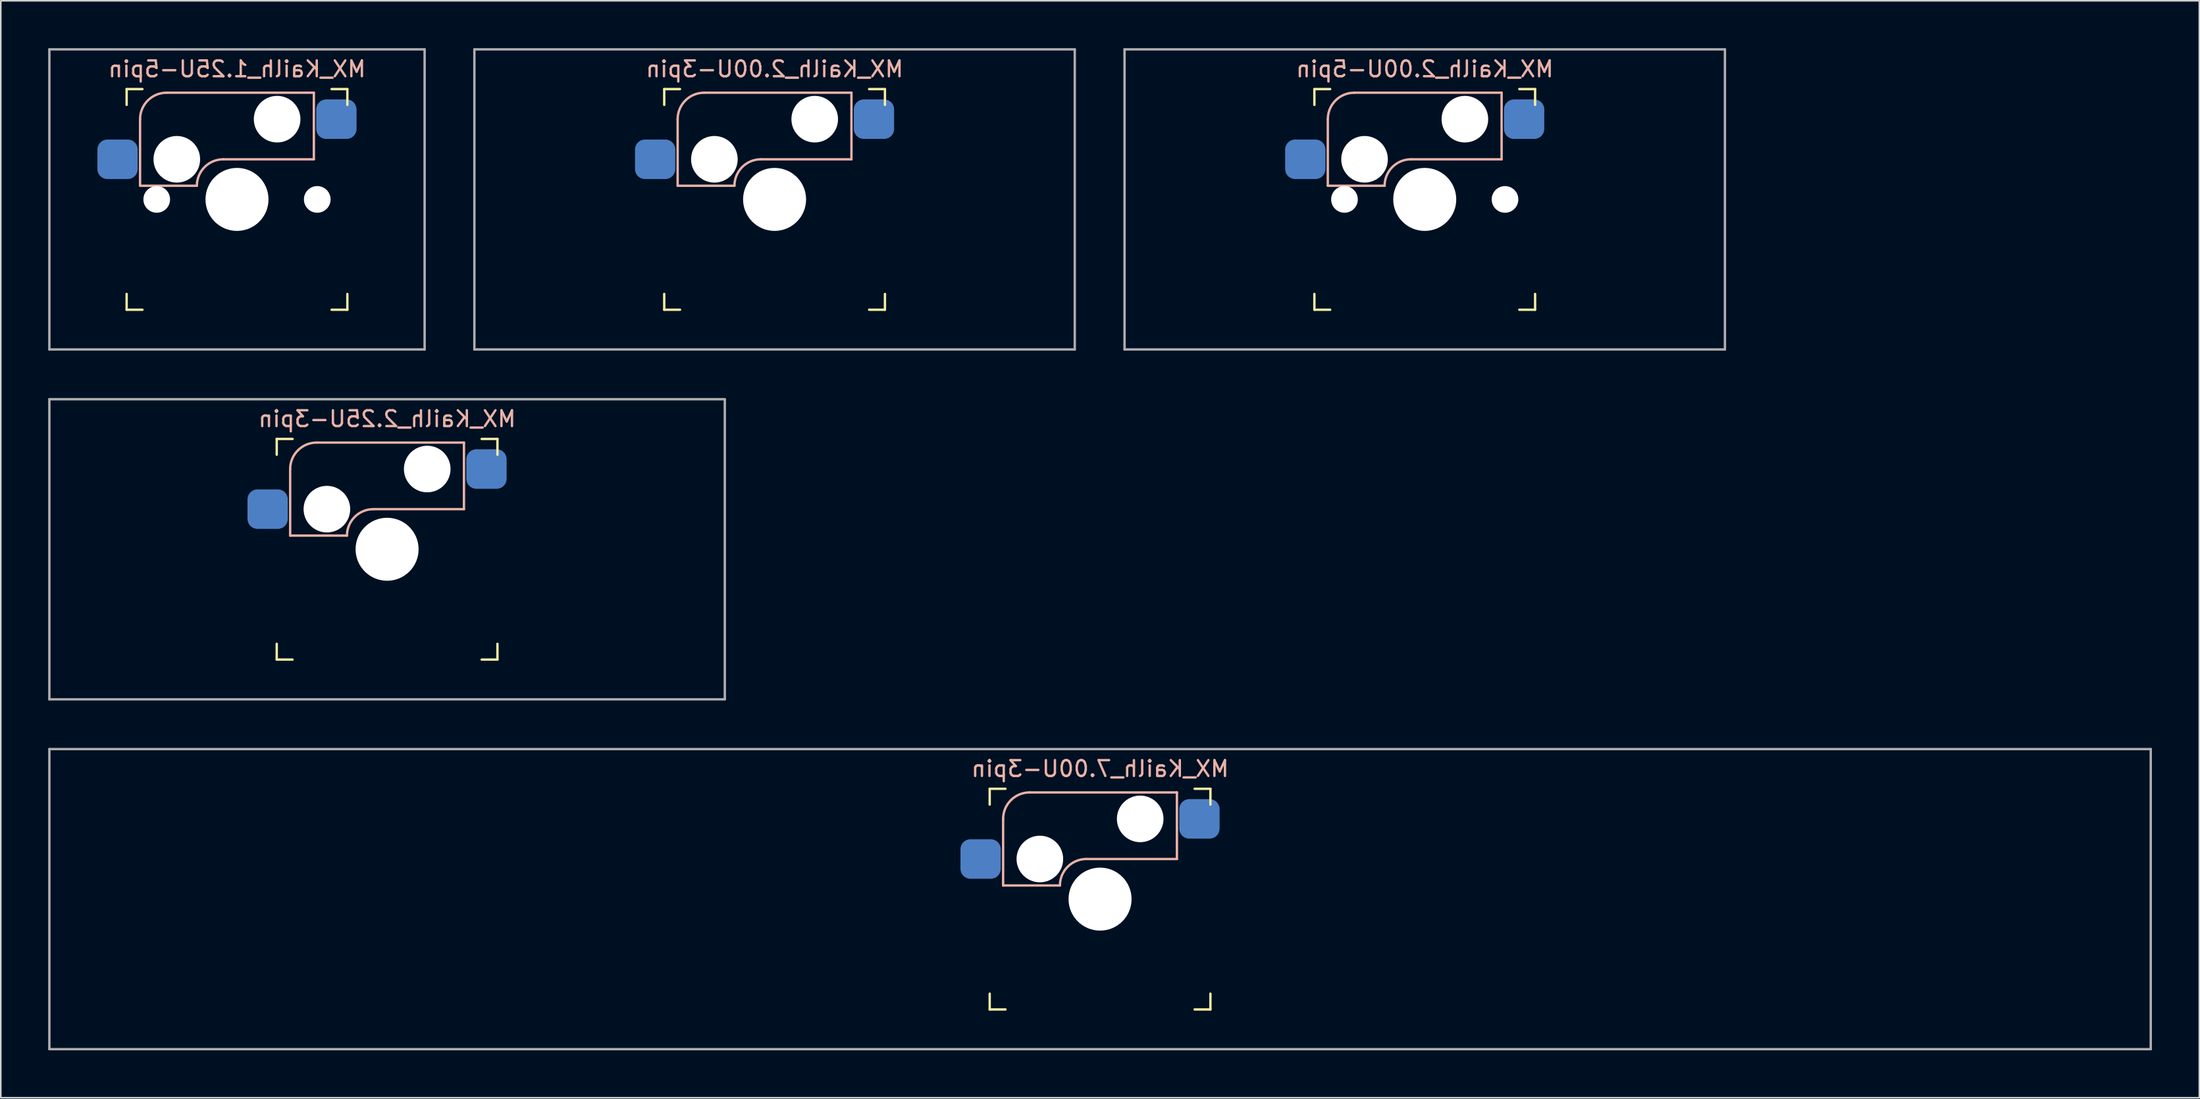
<source format=kicad_pcb>
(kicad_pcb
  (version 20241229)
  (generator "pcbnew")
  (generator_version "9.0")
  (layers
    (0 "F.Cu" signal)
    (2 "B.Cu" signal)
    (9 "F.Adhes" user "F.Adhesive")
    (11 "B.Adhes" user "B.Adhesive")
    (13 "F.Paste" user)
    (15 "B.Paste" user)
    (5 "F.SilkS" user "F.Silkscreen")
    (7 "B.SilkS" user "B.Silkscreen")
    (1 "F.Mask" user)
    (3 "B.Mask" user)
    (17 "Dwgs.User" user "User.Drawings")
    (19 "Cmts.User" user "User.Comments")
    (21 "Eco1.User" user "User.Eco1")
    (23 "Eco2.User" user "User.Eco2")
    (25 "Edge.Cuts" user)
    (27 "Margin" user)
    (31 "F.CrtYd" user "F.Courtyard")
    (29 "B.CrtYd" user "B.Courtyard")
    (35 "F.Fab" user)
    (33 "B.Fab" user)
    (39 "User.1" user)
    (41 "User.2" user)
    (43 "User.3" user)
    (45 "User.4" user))
  (footprint "MX_Kailh_2.00U-3pin"
    (layer "F.Cu")
    (at 45.975 9.575)
    (property "Reference" "MX_Kailh_2.00U-3pin" (at 0 -8.255 0) (layer "B.SilkS") (effects (font (size 1 1) (thickness 0.15)) (justify mirror)))
    (attr smd)
    (fp_line (start -6.985 -5.985) (end -6.985 -6.985) (stroke (width 0.15) (type solid)) (layer "F.SilkS"))
    (fp_line (start -6.985 6.985) (end -6.985 5.985) (stroke (width 0.15) (type solid)) (layer "F.SilkS"))
    (fp_line (start -6.985 6.985) (end -5.985 6.985) (stroke (width 0.15) (type solid)) (layer "F.SilkS"))
    (fp_line (start -5.985 -6.985) (end -6.985 -6.985) (stroke (width 0.15) (type solid)) (layer "F.SilkS"))
    (fp_line (start 5.985 6.985) (end 6.985 6.985) (stroke (width 0.15) (type solid)) (layer "F.SilkS"))
    (fp_line (start 6.985 -6.985) (end 5.985 -6.985) (stroke (width 0.15) (type solid)) (layer "F.SilkS"))
    (fp_line (start 6.985 -6.985) (end 6.985 -5.985) (stroke (width 0.15) (type solid)) (layer "F.SilkS"))
    (fp_line (start 6.985 5.985) (end 6.985 6.985) (stroke (width 0.15) (type solid)) (layer "F.SilkS"))
    (fp_line (start -6.135 -5.08) (end -6.135 -0.865) (stroke (width 0.15) (type solid)) (layer "B.SilkS"))
    (fp_line (start -6.135 -0.865) (end -2.54 -0.865) (stroke (width 0.15) (type solid)) (layer "B.SilkS"))
    (fp_line (start -4.46 -6.755) (end 4.865 -6.755) (stroke (width 0.15) (type solid)) (layer "B.SilkS"))
    (fp_line (start -0.865 -2.54) (end 4.865 -2.54) (stroke (width 0.15) (type solid)) (layer "B.SilkS"))
    (fp_line (start 4.865 -6.755) (end 4.865 -2.54) (stroke (width 0.15) (type solid)) (layer "B.SilkS"))
    (fp_arc (start -6.135 -5.08) (mid -5.644404 -6.264404) (end -4.46 -6.755) (stroke (width 0.15) (type solid)) (layer "B.SilkS"))
    (fp_arc (start -2.54 -0.865) (mid -2.049404 -2.049404) (end -0.865 -2.54) (stroke (width 0.15) (type solid)) (layer "B.SilkS"))
    (fp_line (start -6.985 6.985) (end -6.985 -6.985) (stroke (width 0.15) (type solid)) (layer "Eco2.User"))
    (fp_line (start -6.985 6.985) (end 6.985 6.985) (stroke (width 0.15) (type solid)) (layer "Eco2.User"))
    (fp_line (start 6.985 -6.985) (end -6.985 -6.985) (stroke (width 0.15) (type solid)) (layer "Eco2.User"))
    (fp_line (start 6.985 -6.985) (end 6.985 6.985) (stroke (width 0.15) (type solid)) (layer "Eco2.User"))
    (fp_line (start -19 -9.5) (end 19 -9.5) (stroke (width 0.15) (type solid)) (layer "F.Fab"))
    (fp_line (start -19 9.5) (end -19 -9.5) (stroke (width 0.15) (type solid)) (layer "F.Fab"))
    (fp_line (start 19 -9.5) (end 19 9.5) (stroke (width 0.15) (type solid)) (layer "F.Fab"))
    (fp_line (start 19 9.5) (end -19 9.5) (stroke (width 0.15) (type solid)) (layer "F.Fab"))
    (pad "" np_thru_hole circle (at -3.81 -2.54) (size 2.95 2.95) (drill 2.95) (layers "*.Cu" "*.Mask"))
    (pad "" np_thru_hole circle (at 0 0) (size 3.988 3.988) (drill 3.988) (layers "*.Cu" "*.Mask"))
    (pad "" np_thru_hole circle (at 2.54 -5.08) (size 2.95 2.95) (drill 2.95) (layers "*.Cu" "*.Mask"))
    (pad "1" smd roundrect (at 6.29 -5.08) (size 2.55 2.5) (layers "B.Cu" "B.Mask" "B.Paste") (roundrect_rratio 0.25))
    (pad "2" smd roundrect (at -7.56 -2.54) (size 2.55 2.5) (layers "B.Cu" "B.Mask" "B.Paste") (roundrect_rratio 0.25)))
  (footprint "MX_Kailh_2.25U-3pin"
    (layer "F.Cu")
    (at 21.45 31.725)
    (property "Reference" "MX_Kailh_2.25U-3pin" (at 0 -8.255 0) (layer "B.SilkS") (effects (font (size 1 1) (thickness 0.15)) (justify mirror)))
    (attr smd)
    (fp_line (start -6.985 -5.985) (end -6.985 -6.985) (stroke (width 0.15) (type solid)) (layer "F.SilkS"))
    (fp_line (start -6.985 6.985) (end -6.985 5.985) (stroke (width 0.15) (type solid)) (layer "F.SilkS"))
    (fp_line (start -6.985 6.985) (end -5.985 6.985) (stroke (width 0.15) (type solid)) (layer "F.SilkS"))
    (fp_line (start -5.985 -6.985) (end -6.985 -6.985) (stroke (width 0.15) (type solid)) (layer "F.SilkS"))
    (fp_line (start 5.985 6.985) (end 6.985 6.985) (stroke (width 0.15) (type solid)) (layer "F.SilkS"))
    (fp_line (start 6.985 -6.985) (end 5.985 -6.985) (stroke (width 0.15) (type solid)) (layer "F.SilkS"))
    (fp_line (start 6.985 -6.985) (end 6.985 -5.985) (stroke (width 0.15) (type solid)) (layer "F.SilkS"))
    (fp_line (start 6.985 5.985) (end 6.985 6.985) (stroke (width 0.15) (type solid)) (layer "F.SilkS"))
    (fp_line (start -6.135 -5.08) (end -6.135 -0.865) (stroke (width 0.15) (type solid)) (layer "B.SilkS"))
    (fp_line (start -6.135 -0.865) (end -2.54 -0.865) (stroke (width 0.15) (type solid)) (layer "B.SilkS"))
    (fp_line (start -4.46 -6.755) (end 4.865 -6.755) (stroke (width 0.15) (type solid)) (layer "B.SilkS"))
    (fp_line (start -0.865 -2.54) (end 4.865 -2.54) (stroke (width 0.15) (type solid)) (layer "B.SilkS"))
    (fp_line (start 4.865 -6.755) (end 4.865 -2.54) (stroke (width 0.15) (type solid)) (layer "B.SilkS"))
    (fp_arc (start -6.135 -5.08) (mid -5.644404 -6.264404) (end -4.46 -6.755) (stroke (width 0.15) (type solid)) (layer "B.SilkS"))
    (fp_arc (start -2.54 -0.865) (mid -2.049404 -2.049404) (end -0.865 -2.54) (stroke (width 0.15) (type solid)) (layer "B.SilkS"))
    (fp_line (start -6.985 6.985) (end -6.985 -6.985) (stroke (width 0.15) (type solid)) (layer "Eco2.User"))
    (fp_line (start -6.985 6.985) (end 6.985 6.985) (stroke (width 0.15) (type solid)) (layer "Eco2.User"))
    (fp_line (start 6.985 -6.985) (end -6.985 -6.985) (stroke (width 0.15) (type solid)) (layer "Eco2.User"))
    (fp_line (start 6.985 -6.985) (end 6.985 6.985) (stroke (width 0.15) (type solid)) (layer "Eco2.User"))
    (fp_line (start -21.375 -9.5) (end 21.375 -9.5) (stroke (width 0.15) (type solid)) (layer "F.Fab"))
    (fp_line (start -21.375 9.5) (end -21.375 -9.5) (stroke (width 0.15) (type solid)) (layer "F.Fab"))
    (fp_line (start 21.375 -9.5) (end 21.375 9.5) (stroke (width 0.15) (type solid)) (layer "F.Fab"))
    (fp_line (start 21.375 9.5) (end -21.375 9.5) (stroke (width 0.15) (type solid)) (layer "F.Fab"))
    (pad "" np_thru_hole circle (at -3.81 -2.54) (size 2.95 2.95) (drill 2.95) (layers "*.Cu" "*.Mask"))
    (pad "" np_thru_hole circle (at 0 0) (size 3.988 3.988) (drill 3.988) (layers "*.Cu" "*.Mask"))
    (pad "" np_thru_hole circle (at 2.54 -5.08) (size 2.95 2.95) (drill 2.95) (layers "*.Cu" "*.Mask"))
    (pad "1" smd roundrect (at 6.29 -5.08) (size 2.55 2.5) (layers "B.Cu" "B.Mask" "B.Paste") (roundrect_rratio 0.25))
    (pad "2" smd roundrect (at -7.56 -2.54) (size 2.55 2.5) (layers "B.Cu" "B.Mask" "B.Paste") (roundrect_rratio 0.25)))
  (footprint "MX_Kailh_1.25U-5pin"
    (layer "F.Cu")
    (at 11.95 9.575)
    (property "Reference" "MX_Kailh_1.25U-5pin" (at 0 -8.255 0) (layer "B.SilkS") (effects (font (size 1 1) (thickness 0.15)) (justify mirror)))
    (attr smd)
    (fp_line (start -6.985 -5.985) (end -6.985 -6.985) (stroke (width 0.15) (type solid)) (layer "F.SilkS"))
    (fp_line (start -6.985 6.985) (end -6.985 5.985) (stroke (width 0.15) (type solid)) (layer "F.SilkS"))
    (fp_line (start -6.985 6.985) (end -5.985 6.985) (stroke (width 0.15) (type solid)) (layer "F.SilkS"))
    (fp_line (start -5.985 -6.985) (end -6.985 -6.985) (stroke (width 0.15) (type solid)) (layer "F.SilkS"))
    (fp_line (start 5.985 6.985) (end 6.985 6.985) (stroke (width 0.15) (type solid)) (layer "F.SilkS"))
    (fp_line (start 6.985 -6.985) (end 5.985 -6.985) (stroke (width 0.15) (type solid)) (layer "F.SilkS"))
    (fp_line (start 6.985 -6.985) (end 6.985 -5.985) (stroke (width 0.15) (type solid)) (layer "F.SilkS"))
    (fp_line (start 6.985 5.985) (end 6.985 6.985) (stroke (width 0.15) (type solid)) (layer "F.SilkS"))
    (fp_line (start -6.135 -5.08) (end -6.135 -0.865) (stroke (width 0.15) (type solid)) (layer "B.SilkS"))
    (fp_line (start -6.135 -0.865) (end -2.54 -0.865) (stroke (width 0.15) (type solid)) (layer "B.SilkS"))
    (fp_line (start -4.46 -6.755) (end 4.865 -6.755) (stroke (width 0.15) (type solid)) (layer "B.SilkS"))
    (fp_line (start -0.865 -2.54) (end 4.865 -2.54) (stroke (width 0.15) (type solid)) (layer "B.SilkS"))
    (fp_line (start 4.865 -6.755) (end 4.865 -2.54) (stroke (width 0.15) (type solid)) (layer "B.SilkS"))
    (fp_arc (start -6.135 -5.08) (mid -5.644404 -6.264404) (end -4.46 -6.755) (stroke (width 0.15) (type solid)) (layer "B.SilkS"))
    (fp_arc (start -2.54 -0.865) (mid -2.049404 -2.049404) (end -0.865 -2.54) (stroke (width 0.15) (type solid)) (layer "B.SilkS"))
    (fp_line (start -6.985 6.985) (end -6.985 -6.985) (stroke (width 0.15) (type solid)) (layer "Eco2.User"))
    (fp_line (start -6.985 6.985) (end 6.985 6.985) (stroke (width 0.15) (type solid)) (layer "Eco2.User"))
    (fp_line (start 6.985 -6.985) (end -6.985 -6.985) (stroke (width 0.15) (type solid)) (layer "Eco2.User"))
    (fp_line (start 6.985 -6.985) (end 6.985 6.985) (stroke (width 0.15) (type solid)) (layer "Eco2.User"))
    (fp_line (start -11.875 -9.5) (end 11.875 -9.5) (stroke (width 0.15) (type solid)) (layer "F.Fab"))
    (fp_line (start -11.875 9.5) (end -11.875 -9.5) (stroke (width 0.15) (type solid)) (layer "F.Fab"))
    (fp_line (start 11.875 -9.5) (end 11.875 9.5) (stroke (width 0.15) (type solid)) (layer "F.Fab"))
    (fp_line (start 11.875 9.5) (end -11.875 9.5) (stroke (width 0.15) (type solid)) (layer "F.Fab"))
    (pad "" np_thru_hole circle (at -5.08 0) (size 1.688 1.688) (drill 1.688) (layers "*.Cu" "*.Mask"))
    (pad "" np_thru_hole circle (at -3.81 -2.54) (size 2.95 2.95) (drill 2.95) (layers "*.Cu" "*.Mask"))
    (pad "" np_thru_hole circle (at 0 0) (size 3.988 3.988) (drill 3.988) (layers "*.Cu" "*.Mask"))
    (pad "" np_thru_hole circle (at 2.54 -5.08) (size 2.95 2.95) (drill 2.95) (layers "*.Cu" "*.Mask"))
    (pad "" np_thru_hole circle (at 5.08 0) (size 1.688 1.688) (drill 1.688) (layers "*.Cu" "*.Mask"))
    (pad "1" smd roundrect (at 6.29 -5.08) (size 2.55 2.5) (layers "B.Cu" "B.Mask" "B.Paste") (roundrect_rratio 0.25))
    (pad "2" smd roundrect (at -7.56 -2.54) (size 2.55 2.5) (layers "B.Cu" "B.Mask" "B.Paste") (roundrect_rratio 0.25)))
  (footprint "MX_Kailh_7.00U-3pin"
    (layer "F.Cu")
    (at 66.575 53.875)
    (property "Reference" "MX_Kailh_7.00U-3pin" (at 0 -8.255 0) (layer "B.SilkS") (effects (font (size 1 1) (thickness 0.15)) (justify mirror)))
    (attr smd)
    (fp_line (start -6.985 -5.985) (end -6.985 -6.985) (stroke (width 0.15) (type solid)) (layer "F.SilkS"))
    (fp_line (start -6.985 6.985) (end -6.985 5.985) (stroke (width 0.15) (type solid)) (layer "F.SilkS"))
    (fp_line (start -6.985 6.985) (end -5.985 6.985) (stroke (width 0.15) (type solid)) (layer "F.SilkS"))
    (fp_line (start -5.985 -6.985) (end -6.985 -6.985) (stroke (width 0.15) (type solid)) (layer "F.SilkS"))
    (fp_line (start 5.985 6.985) (end 6.985 6.985) (stroke (width 0.15) (type solid)) (layer "F.SilkS"))
    (fp_line (start 6.985 -6.985) (end 5.985 -6.985) (stroke (width 0.15) (type solid)) (layer "F.SilkS"))
    (fp_line (start 6.985 -6.985) (end 6.985 -5.985) (stroke (width 0.15) (type solid)) (layer "F.SilkS"))
    (fp_line (start 6.985 5.985) (end 6.985 6.985) (stroke (width 0.15) (type solid)) (layer "F.SilkS"))
    (fp_line (start -6.135 -5.08) (end -6.135 -0.865) (stroke (width 0.15) (type solid)) (layer "B.SilkS"))
    (fp_line (start -6.135 -0.865) (end -2.54 -0.865) (stroke (width 0.15) (type solid)) (layer "B.SilkS"))
    (fp_line (start -4.46 -6.755) (end 4.865 -6.755) (stroke (width 0.15) (type solid)) (layer "B.SilkS"))
    (fp_line (start -0.865 -2.54) (end 4.865 -2.54) (stroke (width 0.15) (type solid)) (layer "B.SilkS"))
    (fp_line (start 4.865 -6.755) (end 4.865 -2.54) (stroke (width 0.15) (type solid)) (layer "B.SilkS"))
    (fp_arc (start -6.135 -5.08) (mid -5.644404 -6.264404) (end -4.46 -6.755) (stroke (width 0.15) (type solid)) (layer "B.SilkS"))
    (fp_arc (start -2.54 -0.865) (mid -2.049404 -2.049404) (end -0.865 -2.54) (stroke (width 0.15) (type solid)) (layer "B.SilkS"))
    (fp_line (start -6.985 6.985) (end -6.985 -6.985) (stroke (width 0.15) (type solid)) (layer "Eco2.User"))
    (fp_line (start -6.985 6.985) (end 6.985 6.985) (stroke (width 0.15) (type solid)) (layer "Eco2.User"))
    (fp_line (start 6.985 -6.985) (end -6.985 -6.985) (stroke (width 0.15) (type solid)) (layer "Eco2.User"))
    (fp_line (start 6.985 -6.985) (end 6.985 6.985) (stroke (width 0.15) (type solid)) (layer "Eco2.User"))
    (fp_line (start -66.5 -9.5) (end 66.5 -9.5) (stroke (width 0.15) (type solid)) (layer "F.Fab"))
    (fp_line (start -66.5 9.5) (end -66.5 -9.5) (stroke (width 0.15) (type solid)) (layer "F.Fab"))
    (fp_line (start 66.5 -9.5) (end 66.5 9.5) (stroke (width 0.15) (type solid)) (layer "F.Fab"))
    (fp_line (start 66.5 9.5) (end -66.5 9.5) (stroke (width 0.15) (type solid)) (layer "F.Fab"))
    (pad "" np_thru_hole circle (at -3.81 -2.54) (size 2.95 2.95) (drill 2.95) (layers "*.Cu" "*.Mask"))
    (pad "" np_thru_hole circle (at 0 0) (size 3.988 3.988) (drill 3.988) (layers "*.Cu" "*.Mask"))
    (pad "" np_thru_hole circle (at 2.54 -5.08) (size 2.95 2.95) (drill 2.95) (layers "*.Cu" "*.Mask"))
    (pad "1" smd roundrect (at 6.29 -5.08) (size 2.55 2.5) (layers "B.Cu" "B.Mask" "B.Paste") (roundrect_rratio 0.25))
    (pad "2" smd roundrect (at -7.56 -2.54) (size 2.55 2.5) (layers "B.Cu" "B.Mask" "B.Paste") (roundrect_rratio 0.25)))
  (footprint "MX_Kailh_2.00U-5pin"
    (layer "F.Cu")
    (at 87.125 9.575)
    (property "Reference" "MX_Kailh_2.00U-5pin" (at 0 -8.255 0) (layer "B.SilkS") (effects (font (size 1 1) (thickness 0.15)) (justify mirror)))
    (attr smd)
    (fp_line (start -6.985 -5.985) (end -6.985 -6.985) (stroke (width 0.15) (type solid)) (layer "F.SilkS"))
    (fp_line (start -6.985 6.985) (end -6.985 5.985) (stroke (width 0.15) (type solid)) (layer "F.SilkS"))
    (fp_line (start -6.985 6.985) (end -5.985 6.985) (stroke (width 0.15) (type solid)) (layer "F.SilkS"))
    (fp_line (start -5.985 -6.985) (end -6.985 -6.985) (stroke (width 0.15) (type solid)) (layer "F.SilkS"))
    (fp_line (start 5.985 6.985) (end 6.985 6.985) (stroke (width 0.15) (type solid)) (layer "F.SilkS"))
    (fp_line (start 6.985 -6.985) (end 5.985 -6.985) (stroke (width 0.15) (type solid)) (layer "F.SilkS"))
    (fp_line (start 6.985 -6.985) (end 6.985 -5.985) (stroke (width 0.15) (type solid)) (layer "F.SilkS"))
    (fp_line (start 6.985 5.985) (end 6.985 6.985) (stroke (width 0.15) (type solid)) (layer "F.SilkS"))
    (fp_line (start -6.135 -5.08) (end -6.135 -0.865) (stroke (width 0.15) (type solid)) (layer "B.SilkS"))
    (fp_line (start -6.135 -0.865) (end -2.54 -0.865) (stroke (width 0.15) (type solid)) (layer "B.SilkS"))
    (fp_line (start -4.46 -6.755) (end 4.865 -6.755) (stroke (width 0.15) (type solid)) (layer "B.SilkS"))
    (fp_line (start -0.865 -2.54) (end 4.865 -2.54) (stroke (width 0.15) (type solid)) (layer "B.SilkS"))
    (fp_line (start 4.865 -6.755) (end 4.865 -2.54) (stroke (width 0.15) (type solid)) (layer "B.SilkS"))
    (fp_arc (start -6.135 -5.08) (mid -5.644404 -6.264404) (end -4.46 -6.755) (stroke (width 0.15) (type solid)) (layer "B.SilkS"))
    (fp_arc (start -2.54 -0.865) (mid -2.049404 -2.049404) (end -0.865 -2.54) (stroke (width 0.15) (type solid)) (layer "B.SilkS"))
    (fp_line (start -6.985 6.985) (end -6.985 -6.985) (stroke (width 0.15) (type solid)) (layer "Eco2.User"))
    (fp_line (start -6.985 6.985) (end 6.985 6.985) (stroke (width 0.15) (type solid)) (layer "Eco2.User"))
    (fp_line (start 6.985 -6.985) (end -6.985 -6.985) (stroke (width 0.15) (type solid)) (layer "Eco2.User"))
    (fp_line (start 6.985 -6.985) (end 6.985 6.985) (stroke (width 0.15) (type solid)) (layer "Eco2.User"))
    (fp_line (start -19 -9.5) (end 19 -9.5) (stroke (width 0.15) (type solid)) (layer "F.Fab"))
    (fp_line (start -19 9.5) (end -19 -9.5) (stroke (width 0.15) (type solid)) (layer "F.Fab"))
    (fp_line (start 19 -9.5) (end 19 9.5) (stroke (width 0.15) (type solid)) (layer "F.Fab"))
    (fp_line (start 19 9.5) (end -19 9.5) (stroke (width 0.15) (type solid)) (layer "F.Fab"))
    (pad "" np_thru_hole circle (at -5.08 0) (size 1.688 1.688) (drill 1.688) (layers "*.Cu" "*.Mask"))
    (pad "" np_thru_hole circle (at -3.81 -2.54) (size 2.95 2.95) (drill 2.95) (layers "*.Cu" "*.Mask"))
    (pad "" np_thru_hole circle (at 0 0) (size 3.988 3.988) (drill 3.988) (layers "*.Cu" "*.Mask"))
    (pad "" np_thru_hole circle (at 2.54 -5.08) (size 2.95 2.95) (drill 2.95) (layers "*.Cu" "*.Mask"))
    (pad "" np_thru_hole circle (at 5.08 0) (size 1.688 1.688) (drill 1.688) (layers "*.Cu" "*.Mask"))
    (pad "1" smd roundrect (at 6.29 -5.08) (size 2.55 2.5) (layers "B.Cu" "B.Mask" "B.Paste") (roundrect_rratio 0.25))
    (pad "2" smd roundrect (at -7.56 -2.54) (size 2.55 2.5) (layers "B.Cu" "B.Mask" "B.Paste") (roundrect_rratio 0.25)))
  (gr_rect
    (start -3 -3)
    (end 136.15 66.45)
    (stroke (width 0.1) (type default))
    (fill no)
    (layer "Edge.Cuts")))
</source>
